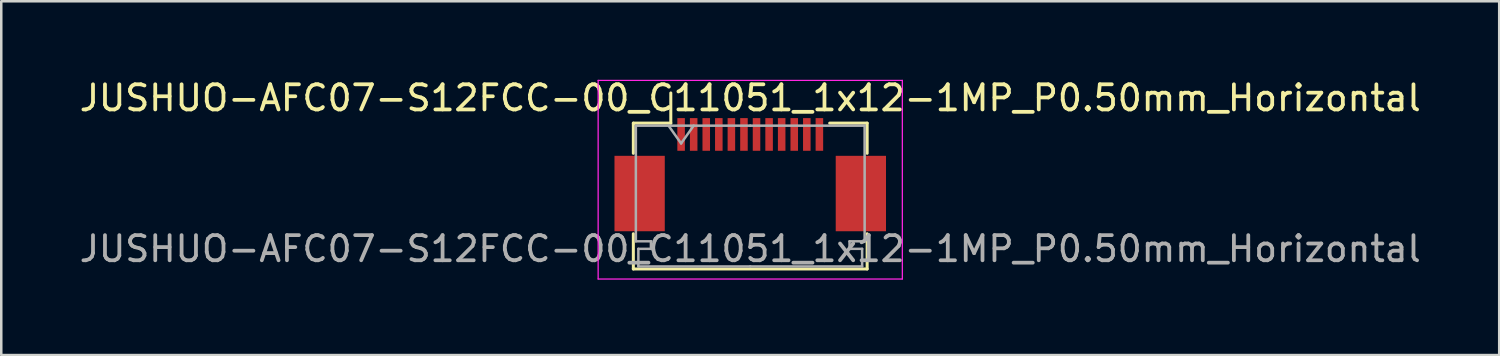
<source format=kicad_pcb>
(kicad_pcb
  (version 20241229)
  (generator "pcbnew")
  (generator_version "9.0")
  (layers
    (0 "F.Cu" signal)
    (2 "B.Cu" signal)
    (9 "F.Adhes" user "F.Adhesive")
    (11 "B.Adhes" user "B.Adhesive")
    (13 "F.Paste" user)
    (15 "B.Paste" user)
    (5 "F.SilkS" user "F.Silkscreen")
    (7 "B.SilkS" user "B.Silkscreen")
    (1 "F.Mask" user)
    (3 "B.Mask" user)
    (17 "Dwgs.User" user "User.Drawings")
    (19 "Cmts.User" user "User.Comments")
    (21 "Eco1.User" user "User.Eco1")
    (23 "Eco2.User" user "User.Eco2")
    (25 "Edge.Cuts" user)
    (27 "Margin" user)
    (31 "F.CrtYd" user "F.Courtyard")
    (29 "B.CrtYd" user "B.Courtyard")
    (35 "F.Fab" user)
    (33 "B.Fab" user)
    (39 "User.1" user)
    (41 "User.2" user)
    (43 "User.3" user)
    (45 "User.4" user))
  (footprint "JUSHUO-AFC07-S12FCC-00_C11051_1x12-1MP_P0.50mm_Horizontal"
    (layer "F.Cu")
    (at 26.792 3.148)
    (property "Reference" "JUSHUO-AFC07-S12FCC-00_C11051_1x12-1MP_P0.50mm_Horizontal" (at 0 -2.3 0) (layer "F.SilkS") (effects (font (size 1 1) (thickness 0.15))))
    (attr smd)
    (fp_line (start -4.65 -1.3) (end -4.65 -0.1) (stroke (width 0.12) (type solid)) (layer "F.SilkS"))
    (fp_line (start -4.65 3.1) (end -4.65 4.5) (stroke (width 0.12) (type solid)) (layer "F.SilkS"))
    (fp_line (start -4.65 4.5) (end 4.65 4.5) (stroke (width 0.12) (type solid)) (layer "F.SilkS"))
    (fp_line (start -3.16 -1.3) (end -4.65 -1.3) (stroke (width 0.12) (type solid)) (layer "F.SilkS"))
    (fp_line (start -3.16 -1.3) (end -3.16 -2.5) (stroke (width 0.12) (type solid)) (layer "F.SilkS"))
    (fp_line (start 3.16 -1.3) (end 4.65 -1.3) (stroke (width 0.12) (type solid)) (layer "F.SilkS"))
    (fp_line (start 4.65 -1.3) (end 4.65 -0.1) (stroke (width 0.12) (type solid)) (layer "F.SilkS"))
    (fp_line (start 4.65 4.5) (end 4.65 3.1) (stroke (width 0.12) (type solid)) (layer "F.SilkS"))
    (fp_line (start -6.05 -3) (end -6.05 4.9) (stroke (width 0.05) (type solid)) (layer "F.CrtYd"))
    (fp_line (start -6.05 4.9) (end 6.05 4.9) (stroke (width 0.05) (type solid)) (layer "F.CrtYd"))
    (fp_line (start 6.05 -3) (end -6.05 -3) (stroke (width 0.05) (type solid)) (layer "F.CrtYd"))
    (fp_line (start 6.05 4.9) (end 6.05 -3) (stroke (width 0.05) (type solid)) (layer "F.CrtYd"))
    (fp_line (start -4.55 -1.2) (end -4.55 3.4) (stroke (width 0.1) (type solid)) (layer "F.Fab"))
    (fp_line (start -4.55 3.4) (end -3.95 3.4) (stroke (width 0.1) (type solid)) (layer "F.Fab"))
    (fp_line (start -4.45 3.7) (end -4.45 4.4) (stroke (width 0.1) (type solid)) (layer "F.Fab"))
    (fp_line (start -4.45 4.4) (end 0 4.4) (stroke (width 0.1) (type solid)) (layer "F.Fab"))
    (fp_line (start -3.95 3.4) (end -3.95 3.7) (stroke (width 0.1) (type solid)) (layer "F.Fab"))
    (fp_line (start -3.95 3.7) (end -4.45 3.7) (stroke (width 0.1) (type solid)) (layer "F.Fab"))
    (fp_line (start -3.25 -1.2) (end -2.75 -0.493) (stroke (width 0.1) (type solid)) (layer "F.Fab"))
    (fp_line (start -2.75 -0.493) (end -2.25 -1.2) (stroke (width 0.1) (type solid)) (layer "F.Fab"))
    (fp_line (start 0 -1.2) (end -4.55 -1.2) (stroke (width 0.1) (type solid)) (layer "F.Fab"))
    (fp_line (start 0 -1.2) (end 4.55 -1.2) (stroke (width 0.1) (type solid)) (layer "F.Fab"))
    (fp_line (start 3.95 3.4) (end 3.95 3.7) (stroke (width 0.1) (type solid)) (layer "F.Fab"))
    (fp_line (start 3.95 3.7) (end 4.45 3.7) (stroke (width 0.1) (type solid)) (layer "F.Fab"))
    (fp_line (start 4.45 3.7) (end 4.45 4.4) (stroke (width 0.1) (type solid)) (layer "F.Fab"))
    (fp_line (start 4.45 4.4) (end 0 4.4) (stroke (width 0.1) (type solid)) (layer "F.Fab"))
    (fp_line (start 4.55 -1.2) (end 4.55 3.4) (stroke (width 0.1) (type solid)) (layer "F.Fab"))
    (fp_line (start 4.55 3.4) (end 3.95 3.4) (stroke (width 0.1) (type solid)) (layer "F.Fab"))
    (fp_text user "${REFERENCE}" (at 0 3.7 0) (layer "F.Fab") (effects (font (size 1 1) (thickness 0.15))))
    (pad "1" smd rect (at -2.75 -0.85) (size 0.3 1.3) (layers "F.Cu" "F.Mask" "F.Paste"))
    (pad "2" smd rect (at -2.25 -0.85) (size 0.3 1.3) (layers "F.Cu" "F.Mask" "F.Paste"))
    (pad "3" smd rect (at -1.75 -0.85) (size 0.3 1.3) (layers "F.Cu" "F.Mask" "F.Paste"))
    (pad "4" smd rect (at -1.25 -0.85) (size 0.3 1.3) (layers "F.Cu" "F.Mask" "F.Paste"))
    (pad "5" smd rect (at -0.75 -0.85) (size 0.3 1.3) (layers "F.Cu" "F.Mask" "F.Paste"))
    (pad "6" smd rect (at -0.25 -0.85) (size 0.3 1.3) (layers "F.Cu" "F.Mask" "F.Paste"))
    (pad "7" smd rect (at 0.25 -0.85) (size 0.3 1.3) (layers "F.Cu" "F.Mask" "F.Paste"))
    (pad "8" smd rect (at 0.75 -0.85) (size 0.3 1.3) (layers "F.Cu" "F.Mask" "F.Paste"))
    (pad "9" smd rect (at 1.25 -0.85) (size 0.3 1.3) (layers "F.Cu" "F.Mask" "F.Paste"))
    (pad "10" smd rect (at 1.75 -0.85) (size 0.3 1.3) (layers "F.Cu" "F.Mask" "F.Paste"))
    (pad "11" smd rect (at 2.25 -0.85) (size 0.3 1.3) (layers "F.Cu" "F.Mask" "F.Paste"))
    (pad "12" smd rect (at 2.75 -0.85) (size 0.3 1.3) (layers "F.Cu" "F.Mask" "F.Paste"))
    (pad "MP" smd rect (at -4.4 1.5) (size 2 3) (layers "F.Cu" "F.Mask" "F.Paste"))
    (pad "MP" smd rect (at 4.4 1.5) (size 2 3) (layers "F.Cu" "F.Mask" "F.Paste")))
  (gr_rect
    (start -3 -3)
    (end 56.583 11.073)
    (stroke (width 0.1) (type default))
    (fill no)
    (layer "Edge.Cuts")))
</source>
